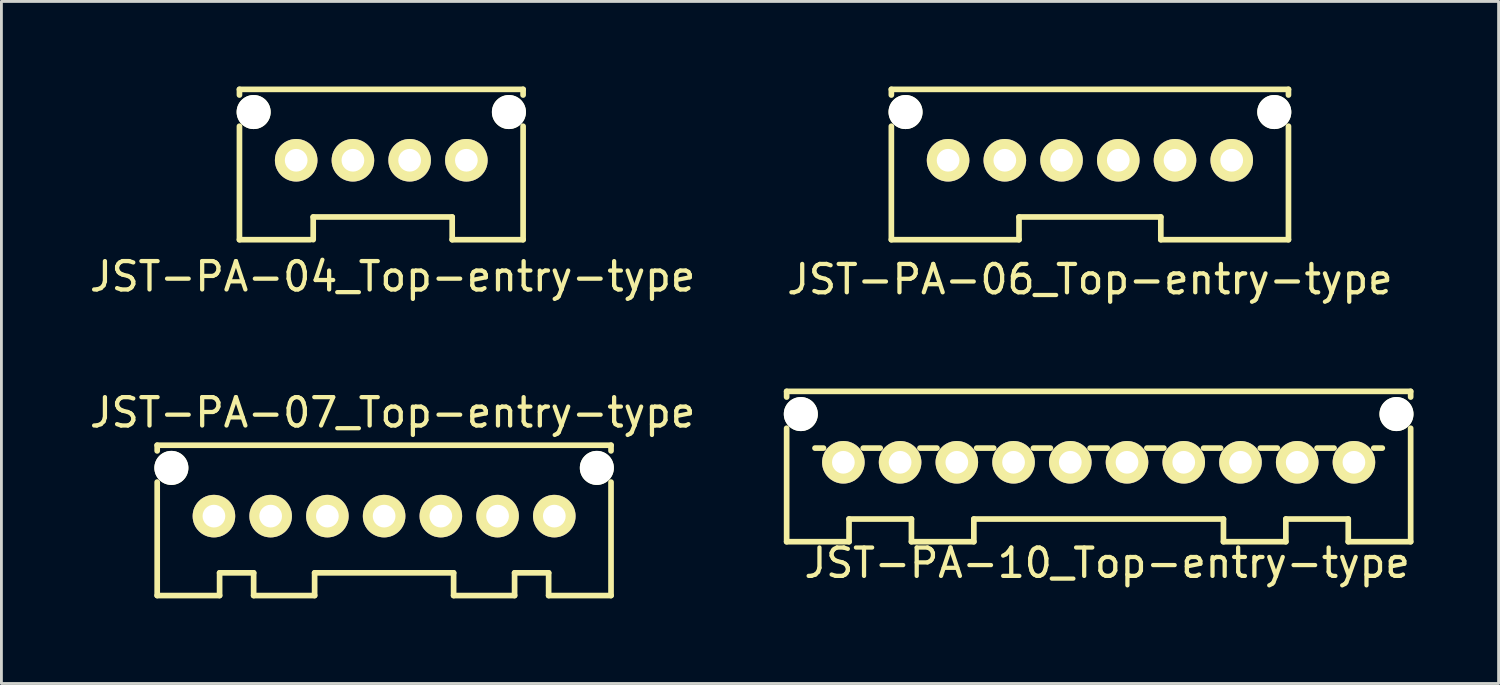
<source format=kicad_pcb>
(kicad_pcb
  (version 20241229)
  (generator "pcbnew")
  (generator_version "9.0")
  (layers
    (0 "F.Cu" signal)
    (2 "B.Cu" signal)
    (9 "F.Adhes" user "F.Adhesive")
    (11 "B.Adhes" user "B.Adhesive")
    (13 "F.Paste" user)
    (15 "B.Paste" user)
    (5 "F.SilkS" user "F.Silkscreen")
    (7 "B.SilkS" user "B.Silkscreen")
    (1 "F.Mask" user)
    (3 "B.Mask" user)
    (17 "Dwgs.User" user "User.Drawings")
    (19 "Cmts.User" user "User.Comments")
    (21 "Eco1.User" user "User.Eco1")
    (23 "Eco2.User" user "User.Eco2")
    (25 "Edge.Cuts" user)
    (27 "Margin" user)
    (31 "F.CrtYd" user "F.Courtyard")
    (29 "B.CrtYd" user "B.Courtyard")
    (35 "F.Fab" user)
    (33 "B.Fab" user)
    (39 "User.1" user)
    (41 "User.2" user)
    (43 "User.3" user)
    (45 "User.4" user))
  (footprint "JST-PA-07_Top-entry-type"
    (layer "F.Cu")
    (at 10.492 15.146)
    (property "Reference" "JST-PA-07_Top-entry-type" (at 0.3 -3.65 0) (layer "F.SilkS") (effects (font (size 1 1) (thickness 0.15))))
    (attr through_hole)
    (fp_line (start -8 -2.5) (end -8 -2.3) (stroke (width 0.2) (type solid)) (layer "F.SilkS"))
    (fp_line (start -8 -2.5) (end 8 -2.5) (stroke (width 0.2) (type solid)) (layer "F.SilkS"))
    (fp_line (start -8 -1.2) (end -8 2.8) (stroke (width 0.2) (type solid)) (layer "F.SilkS"))
    (fp_line (start -5.8 2) (end -5.8 2.8) (stroke (width 0.2) (type solid)) (layer "F.SilkS"))
    (fp_line (start -5.8 2.8) (end -8 2.8) (stroke (width 0.2) (type solid)) (layer "F.SilkS"))
    (fp_line (start -4.6 2) (end -5.8 2) (stroke (width 0.2) (type solid)) (layer "F.SilkS"))
    (fp_line (start -4.6 2.8) (end -4.6 2) (stroke (width 0.2) (type solid)) (layer "F.SilkS"))
    (fp_line (start -2.45 2) (end 2.45 2) (stroke (width 0.2) (type solid)) (layer "F.SilkS"))
    (fp_line (start -2.45 2.8) (end -4.6 2.8) (stroke (width 0.2) (type solid)) (layer "F.SilkS"))
    (fp_line (start -2.45 2.8) (end -2.45 2) (stroke (width 0.2) (type solid)) (layer "F.SilkS"))
    (fp_line (start 2.45 2.8) (end 2.45 2) (stroke (width 0.2) (type solid)) (layer "F.SilkS"))
    (fp_line (start 4.6 2) (end 4.6 2.8) (stroke (width 0.2) (type solid)) (layer "F.SilkS"))
    (fp_line (start 4.6 2.8) (end 2.45 2.8) (stroke (width 0.2) (type solid)) (layer "F.SilkS"))
    (fp_line (start 5.8 2) (end 4.6 2) (stroke (width 0.2) (type solid)) (layer "F.SilkS"))
    (fp_line (start 5.8 2.8) (end 5.8 2) (stroke (width 0.2) (type solid)) (layer "F.SilkS"))
    (fp_line (start 8 -2.5) (end 8 -2.3) (stroke (width 0.2) (type solid)) (layer "F.SilkS"))
    (fp_line (start 8 2.8) (end 5.8 2.8) (stroke (width 0.2) (type solid)) (layer "F.SilkS"))
    (fp_line (start 8 2.8) (end 8 -1.2) (stroke (width 0.2) (type solid)) (layer "F.SilkS"))
    (pad "" np_thru_hole circle (at -7.5 -1.7) (size 1.2 1.2) (drill 1.2) (layers "*.Cu" "*.Mask" "F.SilkS"))
    (pad "" np_thru_hole circle (at 7.5 -1.7) (size 1.2 1.2) (drill 1.2) (layers "*.Cu" "*.Mask" "F.SilkS"))
    (pad "1" thru_hole circle (at -6 0) (size 1.5 1.5) (drill 0.8) (layers "*.Cu" "*.Mask" "F.SilkS"))
    (pad "2" thru_hole circle (at -4 0) (size 1.5 1.5) (drill 0.8) (layers "*.Cu" "*.Mask" "F.SilkS"))
    (pad "3" thru_hole circle (at -2 0) (size 1.5 1.5) (drill 0.8) (layers "*.Cu" "*.Mask" "F.SilkS"))
    (pad "4" thru_hole circle (at 0 0) (size 1.5 1.5) (drill 0.8) (layers "*.Cu" "*.Mask" "F.SilkS"))
    (pad "5" thru_hole circle (at 2 0) (size 1.5 1.5) (drill 0.8) (layers "*.Cu" "*.Mask" "F.SilkS"))
    (pad "6" thru_hole circle (at 4 0) (size 1.5 1.5) (drill 0.8) (layers "*.Cu" "*.Mask" "F.SilkS"))
    (pad "7" thru_hole circle (at 6 0) (size 1.5 1.5) (drill 0.8) (layers "*.Cu" "*.Mask" "F.SilkS")))
  (footprint "JST-PA-04_Top-entry-type"
    (layer "F.Cu")
    (at 10.392 2.6)
    (property "Reference" "JST-PA-04_Top-entry-type" (at 0.4 4.1 0) (layer "F.SilkS") (effects (font (size 1 1) (thickness 0.15))))
    (attr through_hole)
    (fp_line (start -5 -2.5) (end -5 -2.3) (stroke (width 0.2) (type solid)) (layer "F.SilkS"))
    (fp_line (start -5 -2.5) (end 5 -2.5) (stroke (width 0.2) (type solid)) (layer "F.SilkS"))
    (fp_line (start -5 -1.2) (end -5 2.8) (stroke (width 0.2) (type solid)) (layer "F.SilkS"))
    (fp_line (start -2.5 2.8) (end -5 2.8) (stroke (width 0.2) (type solid)) (layer "F.SilkS"))
    (fp_line (start -2.4 2) (end 2.5 2) (stroke (width 0.2) (type solid)) (layer "F.SilkS"))
    (fp_line (start -2.4 2.8) (end -2.4 2) (stroke (width 0.2) (type solid)) (layer "F.SilkS"))
    (fp_line (start 2.5 2.8) (end 2.5 2) (stroke (width 0.2) (type solid)) (layer "F.SilkS"))
    (fp_line (start 5 -2.5) (end 5 -2.3) (stroke (width 0.2) (type solid)) (layer "F.SilkS"))
    (fp_line (start 5 2.8) (end 2.5 2.8) (stroke (width 0.2) (type solid)) (layer "F.SilkS"))
    (fp_line (start 5 2.8) (end 5 -1.2) (stroke (width 0.2) (type solid)) (layer "F.SilkS"))
    (pad "" np_thru_hole circle (at -4.5 -1.7) (size 1.2 1.2) (drill 1.2) (layers "*.Cu" "*.Mask" "F.SilkS"))
    (pad "" np_thru_hole circle (at 4.5 -1.7) (size 1.2 1.2) (drill 1.2) (layers "*.Cu" "*.Mask" "F.SilkS"))
    (pad "1" thru_hole circle (at -3 0) (size 1.5 1.5) (drill 0.8) (layers "*.Cu" "*.Mask" "F.SilkS"))
    (pad "2" thru_hole circle (at -1 0) (size 1.5 1.5) (drill 0.8) (layers "*.Cu" "*.Mask" "F.SilkS"))
    (pad "3" thru_hole circle (at 1 0) (size 1.5 1.5) (drill 0.8) (layers "*.Cu" "*.Mask" "F.SilkS"))
    (pad "4" thru_hole circle (at 3 0) (size 1.5 1.5) (drill 0.8) (layers "*.Cu" "*.Mask" "F.SilkS")))
  (footprint "JST-PA-10_Top-entry-type"
    (layer "F.Cu")
    (at 35.683 13.248)
    (property "Reference" "JST-PA-10_Top-entry-type" (at 0.3 3.55 0) (layer "F.SilkS") (effects (font (size 1 1) (thickness 0.15))))
    (attr through_hole)
    (fp_line (start -11 -2.5) (end -11 -2.3) (stroke (width 0.2) (type solid)) (layer "F.SilkS"))
    (fp_line (start -11 -1.2) (end -11 2.8) (stroke (width 0.2) (type solid)) (layer "F.SilkS"))
    (fp_line (start -10 -0.5) (end -9.7 -0.5) (stroke (width 0.2) (type solid)) (layer "F.SilkS"))
    (fp_line (start -8.8 2) (end -8.8 2.8) (stroke (width 0.2) (type solid)) (layer "F.SilkS"))
    (fp_line (start -8.8 2.8) (end -11 2.8) (stroke (width 0.2) (type solid)) (layer "F.SilkS"))
    (fp_line (start -7.7 -0.5) (end -8.3 -0.5) (stroke (width 0.2) (type solid)) (layer "F.SilkS"))
    (fp_line (start -6.6 2) (end -8.8 2) (stroke (width 0.2) (type solid)) (layer "F.SilkS"))
    (fp_line (start -6.6 2.8) (end -6.6 2) (stroke (width 0.2) (type solid)) (layer "F.SilkS"))
    (fp_line (start -5.7 -0.5) (end -6.3 -0.5) (stroke (width 0.2) (type solid)) (layer "F.SilkS"))
    (fp_line (start -4.4 2) (end 4.4 2) (stroke (width 0.2) (type solid)) (layer "F.SilkS"))
    (fp_line (start -4.4 2.8) (end -6.6 2.8) (stroke (width 0.2) (type solid)) (layer "F.SilkS"))
    (fp_line (start -4.4 2.8) (end -4.4 2) (stroke (width 0.2) (type solid)) (layer "F.SilkS"))
    (fp_line (start -3.7 -0.5) (end -4.3 -0.5) (stroke (width 0.2) (type solid)) (layer "F.SilkS"))
    (fp_line (start -1.7 -0.5) (end -2.3 -0.5) (stroke (width 0.2) (type solid)) (layer "F.SilkS"))
    (fp_line (start 0.3 -0.5) (end -0.3 -0.5) (stroke (width 0.2) (type solid)) (layer "F.SilkS"))
    (fp_line (start 2.3 -0.5) (end 1.7 -0.5) (stroke (width 0.2) (type solid)) (layer "F.SilkS"))
    (fp_line (start 4.3 -0.5) (end 3.7 -0.5) (stroke (width 0.2) (type solid)) (layer "F.SilkS"))
    (fp_line (start 4.4 2.8) (end 4.4 2) (stroke (width 0.2) (type solid)) (layer "F.SilkS"))
    (fp_line (start 6.3 -0.5) (end 5.7 -0.5) (stroke (width 0.2) (type solid)) (layer "F.SilkS"))
    (fp_line (start 6.6 2) (end 6.6 2.8) (stroke (width 0.2) (type solid)) (layer "F.SilkS"))
    (fp_line (start 6.6 2.8) (end 4.4 2.8) (stroke (width 0.2) (type solid)) (layer "F.SilkS"))
    (fp_line (start 8.3 -0.5) (end 7.7 -0.5) (stroke (width 0.2) (type solid)) (layer "F.SilkS"))
    (fp_line (start 8.8 2) (end 6.6 2) (stroke (width 0.2) (type solid)) (layer "F.SilkS"))
    (fp_line (start 8.8 2.8) (end 8.8 2) (stroke (width 0.2) (type solid)) (layer "F.SilkS"))
    (fp_line (start 10 -0.5) (end 9.7 -0.5) (stroke (width 0.2) (type solid)) (layer "F.SilkS"))
    (fp_line (start 11 -2.5) (end -11 -2.5) (stroke (width 0.2) (type solid)) (layer "F.SilkS"))
    (fp_line (start 11 -2.5) (end 11 -2.3) (stroke (width 0.2) (type solid)) (layer "F.SilkS"))
    (fp_line (start 11 2.8) (end 8.8 2.8) (stroke (width 0.2) (type solid)) (layer "F.SilkS"))
    (fp_line (start 11 2.8) (end 11 -1.2) (stroke (width 0.2) (type solid)) (layer "F.SilkS"))
    (pad "" np_thru_hole circle (at -10.5 -1.7) (size 1.2 1.2) (drill 1.2) (layers "*.Cu" "*.Mask" "F.SilkS"))
    (pad "" np_thru_hole circle (at 10.5 -1.7) (size 1.2 1.2) (drill 1.2) (layers "*.Cu" "*.Mask" "F.SilkS"))
    (pad "1" thru_hole circle (at -9 0) (size 1.5 1.5) (drill 0.8) (layers "*.Cu" "*.Mask" "F.SilkS"))
    (pad "2" thru_hole circle (at -7 0) (size 1.5 1.5) (drill 0.8) (layers "*.Cu" "*.Mask" "F.SilkS"))
    (pad "3" thru_hole circle (at -5 0) (size 1.5 1.5) (drill 0.8) (layers "*.Cu" "*.Mask" "F.SilkS"))
    (pad "4" thru_hole circle (at -3 0) (size 1.5 1.5) (drill 0.8) (layers "*.Cu" "*.Mask" "F.SilkS"))
    (pad "5" thru_hole circle (at -1 0) (size 1.5 1.5) (drill 0.8) (layers "*.Cu" "*.Mask" "F.SilkS"))
    (pad "6" thru_hole circle (at 1 0) (size 1.5 1.5) (drill 0.8) (layers "*.Cu" "*.Mask" "F.SilkS"))
    (pad "7" thru_hole circle (at 3 0) (size 1.5 1.5) (drill 0.8) (layers "*.Cu" "*.Mask" "F.SilkS"))
    (pad "8" thru_hole circle (at 5 0) (size 1.5 1.5) (drill 0.8) (layers "*.Cu" "*.Mask" "F.SilkS"))
    (pad "9" thru_hole circle (at 7 0) (size 1.5 1.5) (drill 0.8) (layers "*.Cu" "*.Mask" "F.SilkS"))
    (pad "10" thru_hole circle (at 9 0) (size 1.5 1.5) (drill 0.8) (layers "*.Cu" "*.Mask" "F.SilkS")))
  (footprint "JST-PA-06_Top-entry-type"
    (layer "F.Cu")
    (at 35.375 2.6)
    (property "Reference" "JST-PA-06_Top-entry-type" (at 0 4.2 0) (layer "F.SilkS") (effects (font (size 1 1) (thickness 0.15))))
    (attr through_hole)
    (fp_line (start -7 -2.5) (end -7 -2.3) (stroke (width 0.2) (type solid)) (layer "F.SilkS"))
    (fp_line (start -7 -2.5) (end 7 -2.5) (stroke (width 0.2) (type solid)) (layer "F.SilkS"))
    (fp_line (start -7 -1.2) (end -7 2.8) (stroke (width 0.2) (type solid)) (layer "F.SilkS"))
    (fp_line (start -2.5 2) (end 2.5 2) (stroke (width 0.2) (type solid)) (layer "F.SilkS"))
    (fp_line (start -2.5 2.8) (end -7 2.8) (stroke (width 0.2) (type solid)) (layer "F.SilkS"))
    (fp_line (start -2.5 2.8) (end -2.5 2) (stroke (width 0.2) (type solid)) (layer "F.SilkS"))
    (fp_line (start 2.5 2.8) (end 2.5 2) (stroke (width 0.2) (type solid)) (layer "F.SilkS"))
    (fp_line (start 7 -2.5) (end 7 -2.3) (stroke (width 0.2) (type solid)) (layer "F.SilkS"))
    (fp_line (start 7 2.8) (end 2.5 2.8) (stroke (width 0.2) (type solid)) (layer "F.SilkS"))
    (fp_line (start 7 2.8) (end 7 -1.2) (stroke (width 0.2) (type solid)) (layer "F.SilkS"))
    (pad "" np_thru_hole circle (at -6.5 -1.7) (size 1.2 1.2) (drill 1.2) (layers "*.Cu" "*.Mask" "F.SilkS"))
    (pad "" np_thru_hole circle (at 6.5 -1.7) (size 1.2 1.2) (drill 1.2) (layers "*.Cu" "*.Mask" "F.SilkS"))
    (pad "1" thru_hole circle (at -5 0) (size 1.5 1.5) (drill 0.8) (layers "*.Cu" "*.Mask" "F.SilkS"))
    (pad "2" thru_hole circle (at -3 0) (size 1.5 1.5) (drill 0.8) (layers "*.Cu" "*.Mask" "F.SilkS"))
    (pad "3" thru_hole circle (at -1 0) (size 1.5 1.5) (drill 0.8) (layers "*.Cu" "*.Mask" "F.SilkS"))
    (pad "4" thru_hole circle (at 1 0) (size 1.5 1.5) (drill 0.8) (layers "*.Cu" "*.Mask" "F.SilkS"))
    (pad "5" thru_hole circle (at 3 0) (size 1.5 1.5) (drill 0.8) (layers "*.Cu" "*.Mask" "F.SilkS"))
    (pad "6" thru_hole circle (at 5 0) (size 1.5 1.5) (drill 0.8) (layers "*.Cu" "*.Mask" "F.SilkS")))
  (gr_rect
    (start -3 -3)
    (end 49.783 21.047)
    (stroke (width 0.1) (type default))
    (fill no)
    (layer "Edge.Cuts")))
</source>
